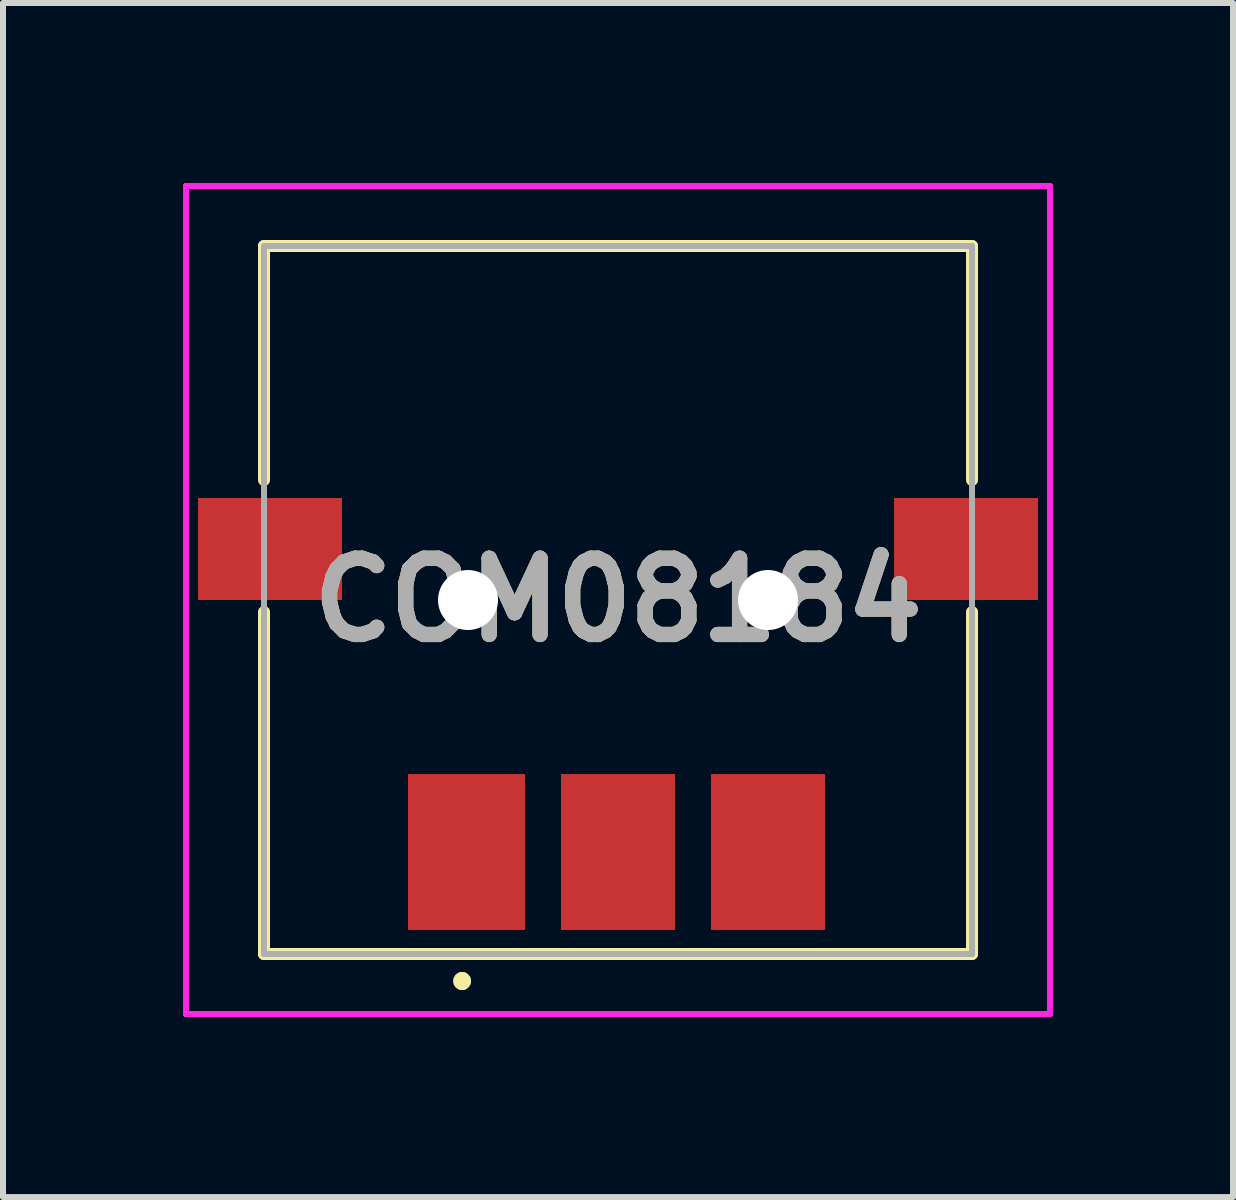
<source format=kicad_pcb>
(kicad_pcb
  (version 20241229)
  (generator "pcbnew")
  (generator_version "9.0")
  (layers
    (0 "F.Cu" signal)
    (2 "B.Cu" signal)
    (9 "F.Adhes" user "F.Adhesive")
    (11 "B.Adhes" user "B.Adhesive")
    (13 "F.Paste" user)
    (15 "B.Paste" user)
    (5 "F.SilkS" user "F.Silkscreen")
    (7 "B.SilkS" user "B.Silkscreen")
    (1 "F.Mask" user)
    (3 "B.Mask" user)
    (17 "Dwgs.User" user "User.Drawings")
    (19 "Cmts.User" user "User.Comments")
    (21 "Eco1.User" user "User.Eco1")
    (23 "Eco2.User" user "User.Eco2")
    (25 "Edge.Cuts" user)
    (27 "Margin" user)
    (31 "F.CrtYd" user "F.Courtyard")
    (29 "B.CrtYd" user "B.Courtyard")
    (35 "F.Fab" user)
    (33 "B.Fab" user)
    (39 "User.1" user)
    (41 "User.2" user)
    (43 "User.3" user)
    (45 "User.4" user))
  (footprint "COM08184"
    (layer "F.Cu")
    (at 7.25 6.95)
    (property "Reference" "COM08184" (at 0 0 0) (layer "F.SilkS") (effects (font (size 1.27 1.27) (thickness 0.254))))
    (attr through_hole)
    (fp_line (start -5.9 -5.9) (end 5.9 -5.9) (stroke (width 0.2) (type solid)) (layer "F.SilkS"))
    (fp_line (start -5.9 -2) (end -5.9 -5.9) (stroke (width 0.2) (type solid)) (layer "F.SilkS"))
    (fp_line (start -5.9 5.9) (end -5.9 0.2) (stroke (width 0.2) (type solid)) (layer "F.SilkS"))
    (fp_line (start -2.6 6.3) (end -2.6 6.3) (stroke (width 0.2) (type solid)) (layer "F.SilkS"))
    (fp_line (start -2.6 6.4) (end -2.6 6.4) (stroke (width 0.2) (type solid)) (layer "F.SilkS"))
    (fp_line (start -2.6 6.4) (end -2.6 6.4) (stroke (width 0.2) (type solid)) (layer "F.SilkS"))
    (fp_line (start 5.9 -5.9) (end 5.9 -2) (stroke (width 0.2) (type solid)) (layer "F.SilkS"))
    (fp_line (start 5.9 0.2) (end 5.9 5.9) (stroke (width 0.2) (type solid)) (layer "F.SilkS"))
    (fp_line (start 5.9 5.9) (end -5.9 5.9) (stroke (width 0.2) (type solid)) (layer "F.SilkS"))
    (fp_arc (start -2.6 6.3) (mid -2.55 6.35) (end -2.6 6.4) (stroke (width 0.2) (type solid)) (layer "F.SilkS"))
    (fp_arc (start -2.6 6.3) (mid -2.55 6.35) (end -2.6 6.4) (stroke (width 0.2) (type solid)) (layer "F.SilkS"))
    (fp_arc (start -2.6 6.4) (mid -2.65 6.35) (end -2.6 6.3) (stroke (width 0.2) (type solid)) (layer "F.SilkS"))
    (fp_line (start -7.2 -6.9) (end 7.2 -6.9) (stroke (width 0.1) (type solid)) (layer "F.CrtYd"))
    (fp_line (start -7.2 6.9) (end -7.2 -6.9) (stroke (width 0.1) (type solid)) (layer "F.CrtYd"))
    (fp_line (start 7.2 -6.9) (end 7.2 6.9) (stroke (width 0.1) (type solid)) (layer "F.CrtYd"))
    (fp_line (start 7.2 6.9) (end -7.2 6.9) (stroke (width 0.1) (type solid)) (layer "F.CrtYd"))
    (fp_line (start -5.9 -5.9) (end -5.9 5.9) (stroke (width 0.1) (type solid)) (layer "F.Fab"))
    (fp_line (start -5.9 5.9) (end 5.9 5.9) (stroke (width 0.1) (type solid)) (layer "F.Fab"))
    (fp_line (start 5.9 -5.9) (end -5.9 -5.9) (stroke (width 0.1) (type solid)) (layer "F.Fab"))
    (fp_line (start 5.9 5.9) (end 5.9 -5.9) (stroke (width 0.1) (type solid)) (layer "F.Fab"))
    (fp_text user "${REFERENCE}" (at 0 0 0) (layer "F.Fab") (effects (font (size 1.27 1.27) (thickness 0.254))))
    (pad "" np_thru_hole circle (at -2.5 0) (size 1 1) (drill 1) (layers "*.Cu" "*.Mask"))
    (pad "" np_thru_hole circle (at 2.5 0) (size 1 1) (drill 1) (layers "*.Cu" "*.Mask"))
    (pad "1" smd rect (at -2.525 4.2 90) (size 2.6 1.95) (layers "F.Cu" "F.Mask" "F.Paste"))
    (pad "2" smd rect (at 2.5 4.2 90) (size 2.6 1.9) (layers "F.Cu" "F.Mask" "F.Paste"))
    (pad "MP1" smd rect (at -5.8 -0.85 90) (size 1.7 2.4) (layers "F.Cu" "F.Mask" "F.Paste"))
    (pad "MP2" smd rect (at 5.8 -0.85 90) (size 1.7 2.4) (layers "F.Cu" "F.Mask" "F.Paste"))
    (pad "T1" smd rect (at 0 4.2 90) (size 2.6 1.9) (layers "F.Cu" "F.Mask" "F.Paste")))
  (gr_rect
    (start -3 -3)
    (end 17.5 16.9)
    (stroke (width 0.1) (type default))
    (fill no)
    (layer "Edge.Cuts")))
</source>
